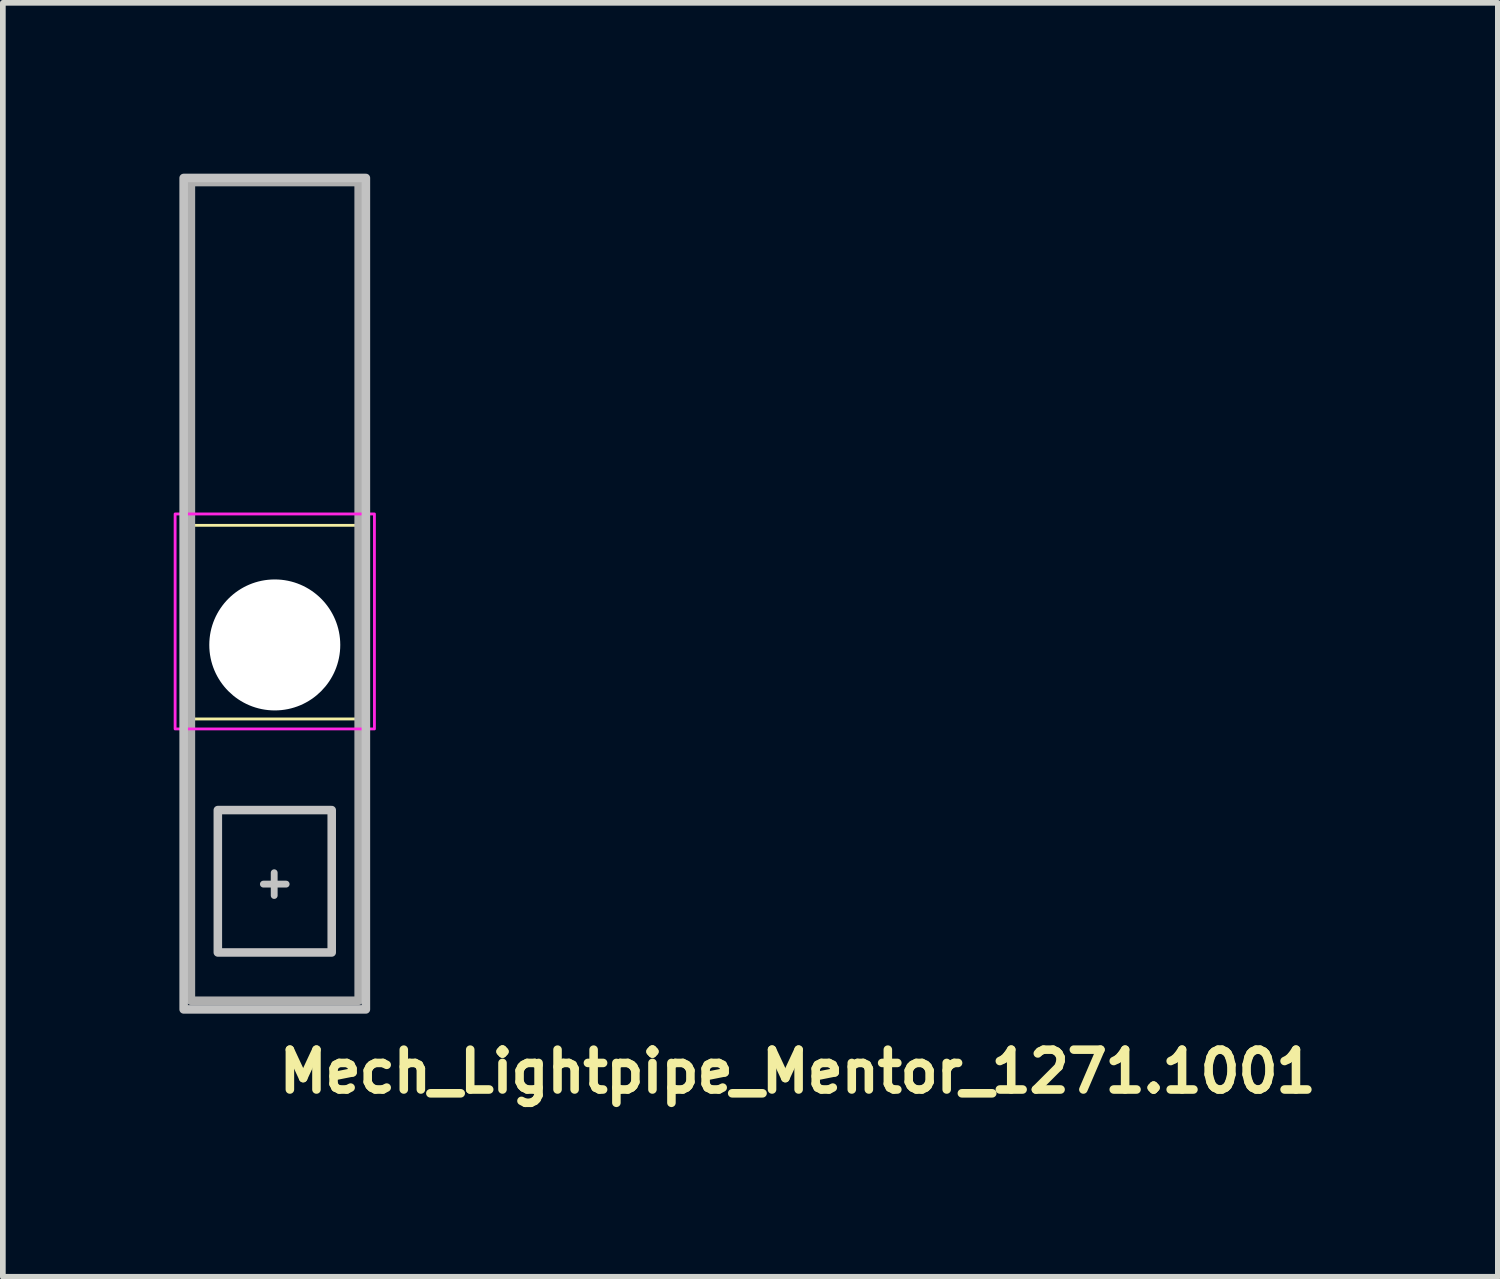
<source format=kicad_pcb>
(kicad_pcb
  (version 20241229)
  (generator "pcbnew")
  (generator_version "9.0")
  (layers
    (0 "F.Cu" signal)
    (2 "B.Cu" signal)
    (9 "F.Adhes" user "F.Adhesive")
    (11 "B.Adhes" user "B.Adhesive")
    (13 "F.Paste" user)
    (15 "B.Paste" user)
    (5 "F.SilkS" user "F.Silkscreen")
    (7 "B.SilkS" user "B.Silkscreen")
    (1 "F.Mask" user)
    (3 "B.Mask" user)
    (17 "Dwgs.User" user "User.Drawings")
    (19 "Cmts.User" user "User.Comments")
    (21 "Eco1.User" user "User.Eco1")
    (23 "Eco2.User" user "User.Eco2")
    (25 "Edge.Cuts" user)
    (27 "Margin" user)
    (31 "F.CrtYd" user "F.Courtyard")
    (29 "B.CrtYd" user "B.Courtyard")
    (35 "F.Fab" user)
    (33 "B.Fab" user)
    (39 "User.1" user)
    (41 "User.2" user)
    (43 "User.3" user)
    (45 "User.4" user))
  (footprint "Mech_Lightpipe_Mentor_1271.1001"
    (layer "F.Cu")
    (at 1.775 8.275)
    (property "Reference" "Mech_Lightpipe_Mentor_1271.1001" (at 0 7.9 0) (unlocked yes) (layer "F.SilkS") (effects (font (size 0.7 0.7) (thickness 0.15)) (justify left bottom)))
    (attr through_hole)
    (fp_rect (start -1.55 -2.1) (end 1.55 1.3) (stroke (width 0.05) (type solid)) (fill no) (layer "F.SilkS"))
    (fp_line (start -0.01 4) (end -0.01 4.4) (stroke (width 0.12) (type solid)) (layer "Dwgs.User"))
    (fp_line (start 0.2 4.2) (end -0.2 4.2) (stroke (width 0.12) (type solid)) (layer "Dwgs.User"))
    (fp_rect (start -1.6 6.4) (end 1.6 -8.2) (stroke (width 0.15) (type solid)) (fill no) (layer "Dwgs.User"))
    (fp_rect (start -1 5.4) (end 1 2.9) (stroke (width 0.15) (type solid)) (fill no) (layer "Dwgs.User"))
    (fp_rect (start -1.75 -2.3) (end 1.75 1.475) (stroke (width 0.05) (type solid)) (fill no) (layer "F.CrtYd"))
    (fp_rect (start -1.473 -8.128) (end 1.473 6.248) (stroke (width 0.15) (type solid)) (fill no) (layer "F.Fab"))
    (fp_rect (start -1.5 -8.09) (end 1.5 6.309) (stroke (width 0.1) (type solid)) (fill no) (layer "User.5"))
    (fp_line (start -1.5 -7.889) (end -1.462 -7.889) (stroke (width 0.02) (type solid)) (layer "User.9"))
    (fp_line (start -1.5 -4.09) (end -1.5 -7.889) (stroke (width 0.02) (type solid)) (layer "User.9"))
    (fp_line (start -1.5 -4.09) (end -1.5 -4.089) (stroke (width 0.02) (type solid)) (layer "User.9"))
    (fp_line (start -1.5 -4.09) (end -1.5 -4.089) (stroke (width 0.02) (type solid)) (layer "User.9"))
    (fp_line (start -1.5 -4.089) (end -1.5 -3.872) (stroke (width 0.02) (type solid)) (layer "User.9"))
    (fp_line (start -1.5 -3.872) (end -1.5 -4.089) (stroke (width 0.02) (type solid)) (layer "User.9"))
    (fp_line (start -1.5 -3.872) (end -1.5 -3.872) (stroke (width 0.02) (type solid)) (layer "User.9"))
    (fp_line (start -1.5 -3.872) (end -1.5 -3.872) (stroke (width 0.02) (type solid)) (layer "User.9"))
    (fp_line (start -1.5 -3.872) (end -1.5 -3.31) (stroke (width 0.02) (type solid)) (layer "User.9"))
    (fp_line (start -1.5 -3.39) (end -1.5 -3.872) (stroke (width 0.02) (type solid)) (layer "User.9"))
    (fp_line (start -1.5 -3.39) (end -1.5 -3.39) (stroke (width 0.02) (type solid)) (layer "User.9"))
    (fp_line (start -1.5 -2.59) (end -1.5 -3.39) (stroke (width 0.02) (type solid)) (layer "User.9"))
    (fp_line (start -1.5 1.26) (end -1.5 -2.59) (stroke (width 0.02) (type solid)) (layer "User.9"))
    (fp_line (start -1.5 3.173) (end -1.5 1.26) (stroke (width 0.02) (type solid)) (layer "User.9"))
    (fp_line (start -1.5 3.173) (end -1.5 3.173) (stroke (width 0.02) (type solid)) (layer "User.9"))
    (fp_line (start -1.5 3.678) (end -1.5 3.173) (stroke (width 0.02) (type solid)) (layer "User.9"))
    (fp_line (start -1.5 3.678) (end -1.5 3.678) (stroke (width 0.02) (type solid)) (layer "User.9"))
    (fp_line (start -1.5 3.92) (end -1.5 3.678) (stroke (width 0.02) (type solid)) (layer "User.9"))
    (fp_line (start -1.5 3.92) (end -1.5 3.92) (stroke (width 0.02) (type solid)) (layer "User.9"))
    (fp_line (start -1.5 4.152) (end -1.5 3.92) (stroke (width 0.02) (type solid)) (layer "User.9"))
    (fp_line (start -1.5 4.152) (end -1.5 4.152) (stroke (width 0.02) (type solid)) (layer "User.9"))
    (fp_line (start -1.5 4.377) (end -1.5 4.152) (stroke (width 0.02) (type solid)) (layer "User.9"))
    (fp_line (start -1.5 4.377) (end -1.5 4.377) (stroke (width 0.02) (type solid)) (layer "User.9"))
    (fp_line (start -1.5 4.591) (end -1.5 4.377) (stroke (width 0.02) (type solid)) (layer "User.9"))
    (fp_line (start -1.5 4.591) (end -1.5 4.591) (stroke (width 0.02) (type solid)) (layer "User.9"))
    (fp_line (start -1.5 4.795) (end -1.5 4.591) (stroke (width 0.02) (type solid)) (layer "User.9"))
    (fp_line (start -1.5 4.795) (end -1.5 6.017) (stroke (width 0.02) (type solid)) (layer "User.9"))
    (fp_line (start -1.5 6.309) (end -1.5 6.017) (stroke (width 0.02) (type solid)) (layer "User.9"))
    (fp_line (start -1.49 -4.09) (end -1.5 -4.09) (stroke (width 0.02) (type solid)) (layer "User.9"))
    (fp_line (start -1.49 -4.09) (end -1.49 -4.09) (stroke (width 0.02) (type solid)) (layer "User.9"))
    (fp_line (start -1.462 -7.889) (end -1.462 -7.889) (stroke (width 0.02) (type solid)) (layer "User.9"))
    (fp_line (start -1.462 -7.889) (end -1.351 -7.889) (stroke (width 0.02) (type solid)) (layer "User.9"))
    (fp_line (start -1.462 -4.09) (end -1.49 -4.09) (stroke (width 0.02) (type solid)) (layer "User.9"))
    (fp_line (start -1.462 -4.09) (end -1.462 -4.09) (stroke (width 0.02) (type solid)) (layer "User.9"))
    (fp_line (start -1.437 -2.696) (end -1.5 -2.59) (stroke (width 0.02) (type solid)) (layer "User.9"))
    (fp_line (start -1.415 -4.09) (end -1.462 -4.09) (stroke (width 0.02) (type solid)) (layer "User.9"))
    (fp_line (start -1.415 -4.09) (end -1.415 -4.09) (stroke (width 0.02) (type solid)) (layer "User.9"))
    (fp_line (start -1.373 -2.801) (end -1.437 -2.696) (stroke (width 0.02) (type solid)) (layer "User.9"))
    (fp_line (start -1.351 -7.889) (end -1.351 -7.889) (stroke (width 0.02) (type solid)) (layer "User.9"))
    (fp_line (start -1.351 -7.889) (end -1.172 -7.889) (stroke (width 0.02) (type solid)) (layer "User.9"))
    (fp_line (start -1.351 -4.09) (end -1.415 -4.09) (stroke (width 0.02) (type solid)) (layer "User.9"))
    (fp_line (start -1.351 -4.09) (end -1.351 -4.09) (stroke (width 0.02) (type solid)) (layer "User.9"))
    (fp_line (start -1.307 -2.906) (end -1.373 -2.801) (stroke (width 0.02) (type solid)) (layer "User.9"))
    (fp_line (start -1.27 -4.09) (end -1.351 -4.09) (stroke (width 0.02) (type solid)) (layer "User.9"))
    (fp_line (start -1.27 -4.09) (end -1.27 -4.09) (stroke (width 0.02) (type solid)) (layer "User.9"))
    (fp_line (start -1.241 -3.009) (end -1.307 -2.906) (stroke (width 0.02) (type solid)) (layer "User.9"))
    (fp_line (start -1.173 -3.113) (end -1.241 -3.009) (stroke (width 0.02) (type solid)) (layer "User.9"))
    (fp_line (start -1.172 -7.889) (end -1.172 -7.889) (stroke (width 0.02) (type solid)) (layer "User.9"))
    (fp_line (start -1.172 -7.889) (end -0.935 -7.889) (stroke (width 0.02) (type solid)) (layer "User.9"))
    (fp_line (start -1.172 -4.09) (end -1.27 -4.09) (stroke (width 0.02) (type solid)) (layer "User.9"))
    (fp_line (start -1.172 -4.09) (end -1.172 -4.09) (stroke (width 0.02) (type solid)) (layer "User.9"))
    (fp_line (start -1.104 -3.214) (end -1.173 -3.113) (stroke (width 0.02) (type solid)) (layer "User.9"))
    (fp_line (start -1.06 -4.09) (end -1.172 -4.09) (stroke (width 0.02) (type solid)) (layer "User.9"))
    (fp_line (start -1.06 -4.09) (end -1.06 -4.09) (stroke (width 0.02) (type solid)) (layer "User.9"))
    (fp_line (start -1.032 -3.314) (end -1.104 -3.214) (stroke (width 0.02) (type solid)) (layer "User.9"))
    (fp_line (start -1 -8.09) (end -1.115 -7.889) (stroke (width 0.02) (type solid)) (layer "User.9"))
    (fp_line (start -0.974 -8.09) (end -1 -8.09) (stroke (width 0.02) (type solid)) (layer "User.9"))
    (fp_line (start -0.974 -8.09) (end -0.974 -8.09) (stroke (width 0.02) (type solid)) (layer "User.9"))
    (fp_line (start -0.959 -3.412) (end -1.032 -3.314) (stroke (width 0.02) (type solid)) (layer "User.9"))
    (fp_line (start -0.959 -3.412) (end -0.959 -3.412) (stroke (width 0.02) (type solid)) (layer "User.9"))
    (fp_line (start -0.935 -7.889) (end -0.935 -7.889) (stroke (width 0.02) (type solid)) (layer "User.9"))
    (fp_line (start -0.935 -7.889) (end -0.65 -7.889) (stroke (width 0.02) (type solid)) (layer "User.9"))
    (fp_line (start -0.935 -4.09) (end -1.06 -4.09) (stroke (width 0.02) (type solid)) (layer "User.9"))
    (fp_line (start -0.935 -4.09) (end -0.935 -4.09) (stroke (width 0.02) (type solid)) (layer "User.9"))
    (fp_line (start -0.906 -3.479) (end -0.959 -3.412) (stroke (width 0.02) (type solid)) (layer "User.9"))
    (fp_line (start -0.9 -8.09) (end -0.974 -8.09) (stroke (width 0.02) (type solid)) (layer "User.9"))
    (fp_line (start -0.9 -8.09) (end -0.9 -8.09) (stroke (width 0.02) (type solid)) (layer "User.9"))
    (fp_line (start -0.853 -3.545) (end -0.906 -3.479) (stroke (width 0.02) (type solid)) (layer "User.9"))
    (fp_line (start -0.798 -4.09) (end -0.935 -4.09) (stroke (width 0.02) (type solid)) (layer "User.9"))
    (fp_line (start -0.798 -4.09) (end -0.798 -4.09) (stroke (width 0.02) (type solid)) (layer "User.9"))
    (fp_line (start -0.797 -3.609) (end -0.853 -3.545) (stroke (width 0.02) (type solid)) (layer "User.9"))
    (fp_line (start -0.781 -8.09) (end -0.9 -8.09) (stroke (width 0.02) (type solid)) (layer "User.9"))
    (fp_line (start -0.781 -8.09) (end -0.781 -8.09) (stroke (width 0.02) (type solid)) (layer "User.9"))
    (fp_line (start -0.74 -3.672) (end -0.797 -3.609) (stroke (width 0.02) (type solid)) (layer "User.9"))
    (fp_line (start -0.711 -3.702) (end -0.74 -3.672) (stroke (width 0.02) (type solid)) (layer "User.9"))
    (fp_line (start -0.682 -3.732) (end -0.711 -3.702) (stroke (width 0.02) (type solid)) (layer "User.9"))
    (fp_line (start -0.652 -3.762) (end -0.682 -3.732) (stroke (width 0.02) (type solid)) (layer "User.9"))
    (fp_line (start -0.65 -7.889) (end -0.65 -7.889) (stroke (width 0.02) (type solid)) (layer "User.9"))
    (fp_line (start -0.65 -7.889) (end -0.333 -7.889) (stroke (width 0.02) (type solid)) (layer "User.9"))
    (fp_line (start -0.65 -4.09) (end -0.798 -4.09) (stroke (width 0.02) (type solid)) (layer "User.9"))
    (fp_line (start -0.65 -4.09) (end -0.65 -4.09) (stroke (width 0.02) (type solid)) (layer "User.9"))
    (fp_line (start -0.623 -8.09) (end -0.781 -8.09) (stroke (width 0.02) (type solid)) (layer "User.9"))
    (fp_line (start -0.623 -8.09) (end -0.623 -8.09) (stroke (width 0.02) (type solid)) (layer "User.9"))
    (fp_line (start -0.622 -3.79) (end -0.652 -3.762) (stroke (width 0.02) (type solid)) (layer "User.9"))
    (fp_line (start -0.591 -3.818) (end -0.622 -3.79) (stroke (width 0.02) (type solid)) (layer "User.9"))
    (fp_line (start -0.559 -3.845) (end -0.591 -3.818) (stroke (width 0.02) (type solid)) (layer "User.9"))
    (fp_line (start -0.527 -3.872) (end -0.559 -3.845) (stroke (width 0.02) (type solid)) (layer "User.9"))
    (fp_line (start -0.495 -4.09) (end -0.65 -4.09) (stroke (width 0.02) (type solid)) (layer "User.9"))
    (fp_line (start -0.495 -4.09) (end -0.495 -4.09) (stroke (width 0.02) (type solid)) (layer "User.9"))
    (fp_line (start -0.495 -3.896) (end -0.527 -3.872) (stroke (width 0.02) (type solid)) (layer "User.9"))
    (fp_line (start -0.495 -3.896) (end -0.495 -3.896) (stroke (width 0.02) (type solid)) (layer "User.9"))
    (fp_line (start -0.467 -3.918) (end -0.495 -3.896) (stroke (width 0.02) (type solid)) (layer "User.9"))
    (fp_line (start -0.439 -3.938) (end -0.467 -3.918) (stroke (width 0.02) (type solid)) (layer "User.9"))
    (fp_line (start -0.433 -8.09) (end -0.623 -8.09) (stroke (width 0.02) (type solid)) (layer "User.9"))
    (fp_line (start -0.433 -8.09) (end -0.433 -8.09) (stroke (width 0.02) (type solid)) (layer "User.9"))
    (fp_line (start -0.409 -3.956) (end -0.439 -3.938) (stroke (width 0.02) (type solid)) (layer "User.9"))
    (fp_line (start -0.38 -3.975) (end -0.409 -3.956) (stroke (width 0.02) (type solid)) (layer "User.9"))
    (fp_line (start -0.349 -3.992) (end -0.38 -3.975) (stroke (width 0.02) (type solid)) (layer "User.9"))
    (fp_line (start -0.333 -7.889) (end -0.333 -7.889) (stroke (width 0.02) (type solid)) (layer "User.9"))
    (fp_line (start -0.333 -7.889) (end 0 -7.889) (stroke (width 0.02) (type solid)) (layer "User.9"))
    (fp_line (start -0.32 -4.008) (end -0.349 -3.992) (stroke (width 0.02) (type solid)) (layer "User.9"))
    (fp_line (start -0.289 -4.022) (end -0.32 -4.008) (stroke (width 0.02) (type solid)) (layer "User.9"))
    (fp_line (start -0.258 -4.035) (end -0.289 -4.022) (stroke (width 0.02) (type solid)) (layer "User.9"))
    (fp_line (start -0.227 -4.048) (end -0.258 -4.035) (stroke (width 0.02) (type solid)) (layer "User.9"))
    (fp_line (start -0.222 -8.09) (end -0.433 -8.09) (stroke (width 0.02) (type solid)) (layer "User.9"))
    (fp_line (start -0.222 -8.09) (end -0.222 -8.09) (stroke (width 0.02) (type solid)) (layer "User.9"))
    (fp_line (start -0.195 -4.059) (end -0.227 -4.048) (stroke (width 0.02) (type solid)) (layer "User.9"))
    (fp_line (start -0.163 -4.067) (end -0.195 -4.059) (stroke (width 0.02) (type solid)) (layer "User.9"))
    (fp_line (start -0.131 -4.075) (end -0.163 -4.067) (stroke (width 0.02) (type solid)) (layer "User.9"))
    (fp_line (start -0.098 -4.081) (end -0.131 -4.075) (stroke (width 0.02) (type solid)) (layer "User.9"))
    (fp_line (start -0.065 -4.086) (end -0.098 -4.081) (stroke (width 0.02) (type solid)) (layer "User.9"))
    (fp_line (start -0.033 -4.089) (end -0.065 -4.086) (stroke (width 0.02) (type solid)) (layer "User.9"))
    (fp_line (start 0 -8.09) (end -0.222 -8.09) (stroke (width 0.02) (type solid)) (layer "User.9"))
    (fp_line (start 0 -8.09) (end 0 -8.09) (stroke (width 0.02) (type solid)) (layer "User.9"))
    (fp_line (start 0 -7.889) (end 0 -7.889) (stroke (width 0.02) (type solid)) (layer "User.9"))
    (fp_line (start 0 -7.889) (end 0.333 -7.889) (stroke (width 0.02) (type solid)) (layer "User.9"))
    (fp_line (start 0 -4.09) (end -0.495 -4.09) (stroke (width 0.02) (type solid)) (layer "User.9"))
    (fp_line (start 0 -4.089) (end -0.033 -4.089) (stroke (width 0.02) (type solid)) (layer "User.9"))
    (fp_line (start 0.028 -4.089) (end 0 -4.089) (stroke (width 0.02) (type solid)) (layer "User.9"))
    (fp_line (start 0.057 -4.086) (end 0.028 -4.089) (stroke (width 0.02) (type solid)) (layer "User.9"))
    (fp_line (start 0.085 -4.083) (end 0.057 -4.086) (stroke (width 0.02) (type solid)) (layer "User.9"))
    (fp_line (start 0.115 -4.078) (end 0.085 -4.083) (stroke (width 0.02) (type solid)) (layer "User.9"))
    (fp_line (start 0.142 -4.073) (end 0.115 -4.078) (stroke (width 0.02) (type solid)) (layer "User.9"))
    (fp_line (start 0.171 -4.065) (end 0.142 -4.073) (stroke (width 0.02) (type solid)) (layer "User.9"))
    (fp_line (start 0.199 -4.057) (end 0.171 -4.065) (stroke (width 0.02) (type solid)) (layer "User.9"))
    (fp_line (start 0.222 -8.09) (end 0 -8.09) (stroke (width 0.02) (type solid)) (layer "User.9"))
    (fp_line (start 0.222 -8.09) (end 0.222 -8.09) (stroke (width 0.02) (type solid)) (layer "User.9"))
    (fp_line (start 0.227 -4.048) (end 0.199 -4.057) (stroke (width 0.02) (type solid)) (layer "User.9"))
    (fp_line (start 0.255 -4.037) (end 0.227 -4.048) (stroke (width 0.02) (type solid)) (layer "User.9"))
    (fp_line (start 0.281 -4.025) (end 0.255 -4.037) (stroke (width 0.02) (type solid)) (layer "User.9"))
    (fp_line (start 0.309 -4.013) (end 0.281 -4.025) (stroke (width 0.02) (type solid)) (layer "User.9"))
    (fp_line (start 0.333 -7.889) (end 0.333 -7.889) (stroke (width 0.02) (type solid)) (layer "User.9"))
    (fp_line (start 0.333 -7.889) (end 0.65 -7.889) (stroke (width 0.02) (type solid)) (layer "User.9"))
    (fp_line (start 0.336 -3.999) (end 0.309 -4.013) (stroke (width 0.02) (type solid)) (layer "User.9"))
    (fp_line (start 0.363 -3.985) (end 0.336 -3.999) (stroke (width 0.02) (type solid)) (layer "User.9"))
    (fp_line (start 0.389 -3.97) (end 0.363 -3.985) (stroke (width 0.02) (type solid)) (layer "User.9"))
    (fp_line (start 0.413 -3.954) (end 0.389 -3.97) (stroke (width 0.02) (type solid)) (layer "User.9"))
    (fp_line (start 0.422 -4.09) (end 0 -4.09) (stroke (width 0.02) (type solid)) (layer "User.9"))
    (fp_line (start 0.433 -8.09) (end 0.222 -8.09) (stroke (width 0.02) (type solid)) (layer "User.9"))
    (fp_line (start 0.433 -8.09) (end 0.433 -8.09) (stroke (width 0.02) (type solid)) (layer "User.9"))
    (fp_line (start 0.44 -3.936) (end 0.413 -3.954) (stroke (width 0.02) (type solid)) (layer "User.9"))
    (fp_line (start 0.44 -3.936) (end 0.473 -3.912) (stroke (width 0.02) (type solid)) (layer "User.9"))
    (fp_line (start 0.473 -3.912) (end 0.508 -3.887) (stroke (width 0.02) (type solid)) (layer "User.9"))
    (fp_line (start 0.508 -3.887) (end 0.541 -3.86) (stroke (width 0.02) (type solid)) (layer "User.9"))
    (fp_line (start 0.541 -3.86) (end 0.573 -3.833) (stroke (width 0.02) (type solid)) (layer "User.9"))
    (fp_line (start 0.573 -3.833) (end 0.606 -3.803) (stroke (width 0.02) (type solid)) (layer "User.9"))
    (fp_line (start 0.606 -3.803) (end 0.638 -3.775) (stroke (width 0.02) (type solid)) (layer "User.9"))
    (fp_line (start 0.623 -8.09) (end 0.433 -8.09) (stroke (width 0.02) (type solid)) (layer "User.9"))
    (fp_line (start 0.623 -8.09) (end 0.623 -8.09) (stroke (width 0.02) (type solid)) (layer "User.9"))
    (fp_line (start 0.638 -3.775) (end 0.669 -3.745) (stroke (width 0.02) (type solid)) (layer "User.9"))
    (fp_line (start 0.65 -7.889) (end 0.65 -7.889) (stroke (width 0.02) (type solid)) (layer "User.9"))
    (fp_line (start 0.65 -7.889) (end 0.935 -7.889) (stroke (width 0.02) (type solid)) (layer "User.9"))
    (fp_line (start 0.669 -3.745) (end 0.699 -3.714) (stroke (width 0.02) (type solid)) (layer "User.9"))
    (fp_line (start 0.678 -4.09) (end 0.422 -4.09) (stroke (width 0.02) (type solid)) (layer "User.9"))
    (fp_line (start 0.678 -4.09) (end 0.678 -4.09) (stroke (width 0.02) (type solid)) (layer "User.9"))
    (fp_line (start 0.699 -3.714) (end 0.73 -3.682) (stroke (width 0.02) (type solid)) (layer "User.9"))
    (fp_line (start 0.73 -3.682) (end 0.76 -3.65) (stroke (width 0.02) (type solid)) (layer "User.9"))
    (fp_line (start 0.76 -3.65) (end 0.817 -3.585) (stroke (width 0.02) (type solid)) (layer "User.9"))
    (fp_line (start 0.781 -8.09) (end 0.623 -8.09) (stroke (width 0.02) (type solid)) (layer "User.9"))
    (fp_line (start 0.781 -8.09) (end 0.781 -8.09) (stroke (width 0.02) (type solid)) (layer "User.9"))
    (fp_line (start 0.817 -3.585) (end 0.875 -3.517) (stroke (width 0.02) (type solid)) (layer "User.9"))
    (fp_line (start 0.875 -3.517) (end 0.93 -3.448) (stroke (width 0.02) (type solid)) (layer "User.9"))
    (fp_line (start 0.9 -8.09) (end 0.781 -8.09) (stroke (width 0.02) (type solid)) (layer "User.9"))
    (fp_line (start 0.9 -8.09) (end 0.9 -8.09) (stroke (width 0.02) (type solid)) (layer "User.9"))
    (fp_line (start 0.91 -4.09) (end 0.678 -4.09) (stroke (width 0.02) (type solid)) (layer "User.9"))
    (fp_line (start 0.91 -4.09) (end 0.91 -4.09) (stroke (width 0.02) (type solid)) (layer "User.9"))
    (fp_line (start 0.93 -3.448) (end 0.93 -3.448) (stroke (width 0.02) (type solid)) (layer "User.9"))
    (fp_line (start 0.93 -3.448) (end 1.008 -3.347) (stroke (width 0.02) (type solid)) (layer "User.9"))
    (fp_line (start 0.935 -7.889) (end 0.935 -7.889) (stroke (width 0.02) (type solid)) (layer "User.9"))
    (fp_line (start 0.935 -7.889) (end 1.172 -7.889) (stroke (width 0.02) (type solid)) (layer "User.9"))
    (fp_line (start 0.974 -8.09) (end 0.9 -8.09) (stroke (width 0.02) (type solid)) (layer "User.9"))
    (fp_line (start 0.974 -8.09) (end 0.974 -8.09) (stroke (width 0.02) (type solid)) (layer "User.9"))
    (fp_line (start 1 -8.09) (end 0.974 -8.09) (stroke (width 0.02) (type solid)) (layer "User.9"))
    (fp_line (start 1 -8.09) (end 1.115 -7.889) (stroke (width 0.02) (type solid)) (layer "User.9"))
    (fp_line (start 1.008 -3.347) (end 1.083 -3.243) (stroke (width 0.02) (type solid)) (layer "User.9"))
    (fp_line (start 1.016 -4.09) (end 0.91 -4.09) (stroke (width 0.02) (type solid)) (layer "User.9"))
    (fp_line (start 1.016 -4.09) (end 1.016 -4.09) (stroke (width 0.02) (type solid)) (layer "User.9"))
    (fp_line (start 1.083 -3.243) (end 1.157 -3.137) (stroke (width 0.02) (type solid)) (layer "User.9"))
    (fp_line (start 1.113 -4.09) (end 1.016 -4.09) (stroke (width 0.02) (type solid)) (layer "User.9"))
    (fp_line (start 1.113 -4.09) (end 1.113 -4.09) (stroke (width 0.02) (type solid)) (layer "User.9"))
    (fp_line (start 1.157 -3.137) (end 1.228 -3.029) (stroke (width 0.02) (type solid)) (layer "User.9"))
    (fp_line (start 1.172 -7.889) (end 1.172 -7.889) (stroke (width 0.02) (type solid)) (layer "User.9"))
    (fp_line (start 1.172 -7.889) (end 1.351 -7.889) (stroke (width 0.02) (type solid)) (layer "User.9"))
    (fp_line (start 1.2 -4.09) (end 1.113 -4.09) (stroke (width 0.02) (type solid)) (layer "User.9"))
    (fp_line (start 1.2 -4.09) (end 1.2 -4.09) (stroke (width 0.02) (type solid)) (layer "User.9"))
    (fp_line (start 1.228 -3.029) (end 1.298 -2.92) (stroke (width 0.02) (type solid)) (layer "User.9"))
    (fp_line (start 1.278 -4.09) (end 1.2 -4.09) (stroke (width 0.02) (type solid)) (layer "User.9"))
    (fp_line (start 1.278 -4.09) (end 1.278 -4.09) (stroke (width 0.02) (type solid)) (layer "User.9"))
    (fp_line (start 1.298 -2.92) (end 1.366 -2.811) (stroke (width 0.02) (type solid)) (layer "User.9"))
    (fp_line (start 1.344 -4.09) (end 1.278 -4.09) (stroke (width 0.02) (type solid)) (layer "User.9"))
    (fp_line (start 1.344 -4.09) (end 1.344 -4.09) (stroke (width 0.02) (type solid)) (layer "User.9"))
    (fp_line (start 1.351 -7.889) (end 1.351 -7.889) (stroke (width 0.02) (type solid)) (layer "User.9"))
    (fp_line (start 1.351 -7.889) (end 1.462 -7.889) (stroke (width 0.02) (type solid)) (layer "User.9"))
    (fp_line (start 1.366 -2.811) (end 1.433 -2.701) (stroke (width 0.02) (type solid)) (layer "User.9"))
    (fp_line (start 1.399 -4.09) (end 1.344 -4.09) (stroke (width 0.02) (type solid)) (layer "User.9"))
    (fp_line (start 1.399 -4.09) (end 1.399 -4.09) (stroke (width 0.02) (type solid)) (layer "User.9"))
    (fp_line (start 1.433 -2.701) (end 1.5 -2.59) (stroke (width 0.02) (type solid)) (layer "User.9"))
    (fp_line (start 1.443 -4.09) (end 1.399 -4.09) (stroke (width 0.02) (type solid)) (layer "User.9"))
    (fp_line (start 1.443 -4.09) (end 1.443 -4.09) (stroke (width 0.02) (type solid)) (layer "User.9"))
    (fp_line (start 1.462 -7.889) (end 1.462 -7.889) (stroke (width 0.02) (type solid)) (layer "User.9"))
    (fp_line (start 1.462 -7.889) (end 1.5 -7.889) (stroke (width 0.02) (type solid)) (layer "User.9"))
    (fp_line (start 1.474 -4.09) (end 1.443 -4.09) (stroke (width 0.02) (type solid)) (layer "User.9"))
    (fp_line (start 1.474 -4.09) (end 1.474 -4.09) (stroke (width 0.02) (type solid)) (layer "User.9"))
    (fp_line (start 1.493 -4.09) (end 1.474 -4.09) (stroke (width 0.02) (type solid)) (layer "User.9"))
    (fp_line (start 1.493 -4.09) (end 1.493 -4.09) (stroke (width 0.02) (type solid)) (layer "User.9"))
    (fp_line (start 1.5 -4.09) (end 1.493 -4.09) (stroke (width 0.02) (type solid)) (layer "User.9"))
    (fp_line (start 1.5 -4.09) (end 1.5 -4.089) (stroke (width 0.02) (type solid)) (layer "User.9"))
    (fp_line (start 1.5 -4.089) (end 1.5 -7.889) (stroke (width 0.02) (type solid)) (layer "User.9"))
    (fp_line (start 1.5 -3.872) (end 1.5 -4.089) (stroke (width 0.02) (type solid)) (layer "User.9"))
    (fp_line (start 1.5 -3.872) (end 1.5 -3.872) (stroke (width 0.02) (type solid)) (layer "User.9"))
    (fp_line (start 1.5 -3.39) (end 1.5 -3.872) (stroke (width 0.02) (type solid)) (layer "User.9"))
    (fp_line (start 1.5 -3.39) (end 1.5 -3.39) (stroke (width 0.02) (type solid)) (layer "User.9"))
    (fp_line (start 1.5 -2.59) (end 1.5 -3.39) (stroke (width 0.02) (type solid)) (layer "User.9"))
    (fp_line (start 1.5 1.26) (end 1.5 -2.59) (stroke (width 0.02) (type solid)) (layer "User.9"))
    (fp_line (start 1.5 3.173) (end 1.5 1.26) (stroke (width 0.02) (type solid)) (layer "User.9"))
    (fp_line (start 1.5 3.173) (end 1.5 3.173) (stroke (width 0.02) (type solid)) (layer "User.9"))
    (fp_line (start 1.5 3.678) (end 1.5 3.173) (stroke (width 0.02) (type solid)) (layer "User.9"))
    (fp_line (start 1.5 3.678) (end 1.5 3.678) (stroke (width 0.02) (type solid)) (layer "User.9"))
    (fp_line (start 1.5 3.92) (end 1.5 3.678) (stroke (width 0.02) (type solid)) (layer "User.9"))
    (fp_line (start 1.5 3.92) (end 1.5 3.92) (stroke (width 0.02) (type solid)) (layer "User.9"))
    (fp_line (start 1.5 4.152) (end 1.5 3.92) (stroke (width 0.02) (type solid)) (layer "User.9"))
    (fp_line (start 1.5 4.152) (end 1.5 4.152) (stroke (width 0.02) (type solid)) (layer "User.9"))
    (fp_line (start 1.5 4.377) (end 1.5 4.152) (stroke (width 0.02) (type solid)) (layer "User.9"))
    (fp_line (start 1.5 4.377) (end 1.5 4.377) (stroke (width 0.02) (type solid)) (layer "User.9"))
    (fp_line (start 1.5 4.591) (end 1.5 4.377) (stroke (width 0.02) (type solid)) (layer "User.9"))
    (fp_line (start 1.5 4.591) (end 1.5 4.591) (stroke (width 0.02) (type solid)) (layer "User.9"))
    (fp_line (start 1.5 4.795) (end 1.5 4.591) (stroke (width 0.02) (type solid)) (layer "User.9"))
    (fp_line (start 1.5 4.795) (end 1.5 6.017) (stroke (width 0.02) (type solid)) (layer "User.9"))
    (fp_line (start 1.5 6.309) (end -1.5 6.309) (stroke (width 0.02) (type solid)) (layer "User.9"))
    (fp_line (start 1.5 6.309) (end 1.5 6.017) (stroke (width 0.02) (type solid)) (layer "User.9"))
    (pad "" np_thru_hole circle (at 0 0) (size 2.3 2.3) (drill 2.3) (layers "*.Cu" "*.Mask")))
  (gr_rect
    (start -3 -3)
    (end 23.252 19.37)
    (stroke (width 0.1) (type default))
    (fill no)
    (layer "Edge.Cuts")))
</source>
